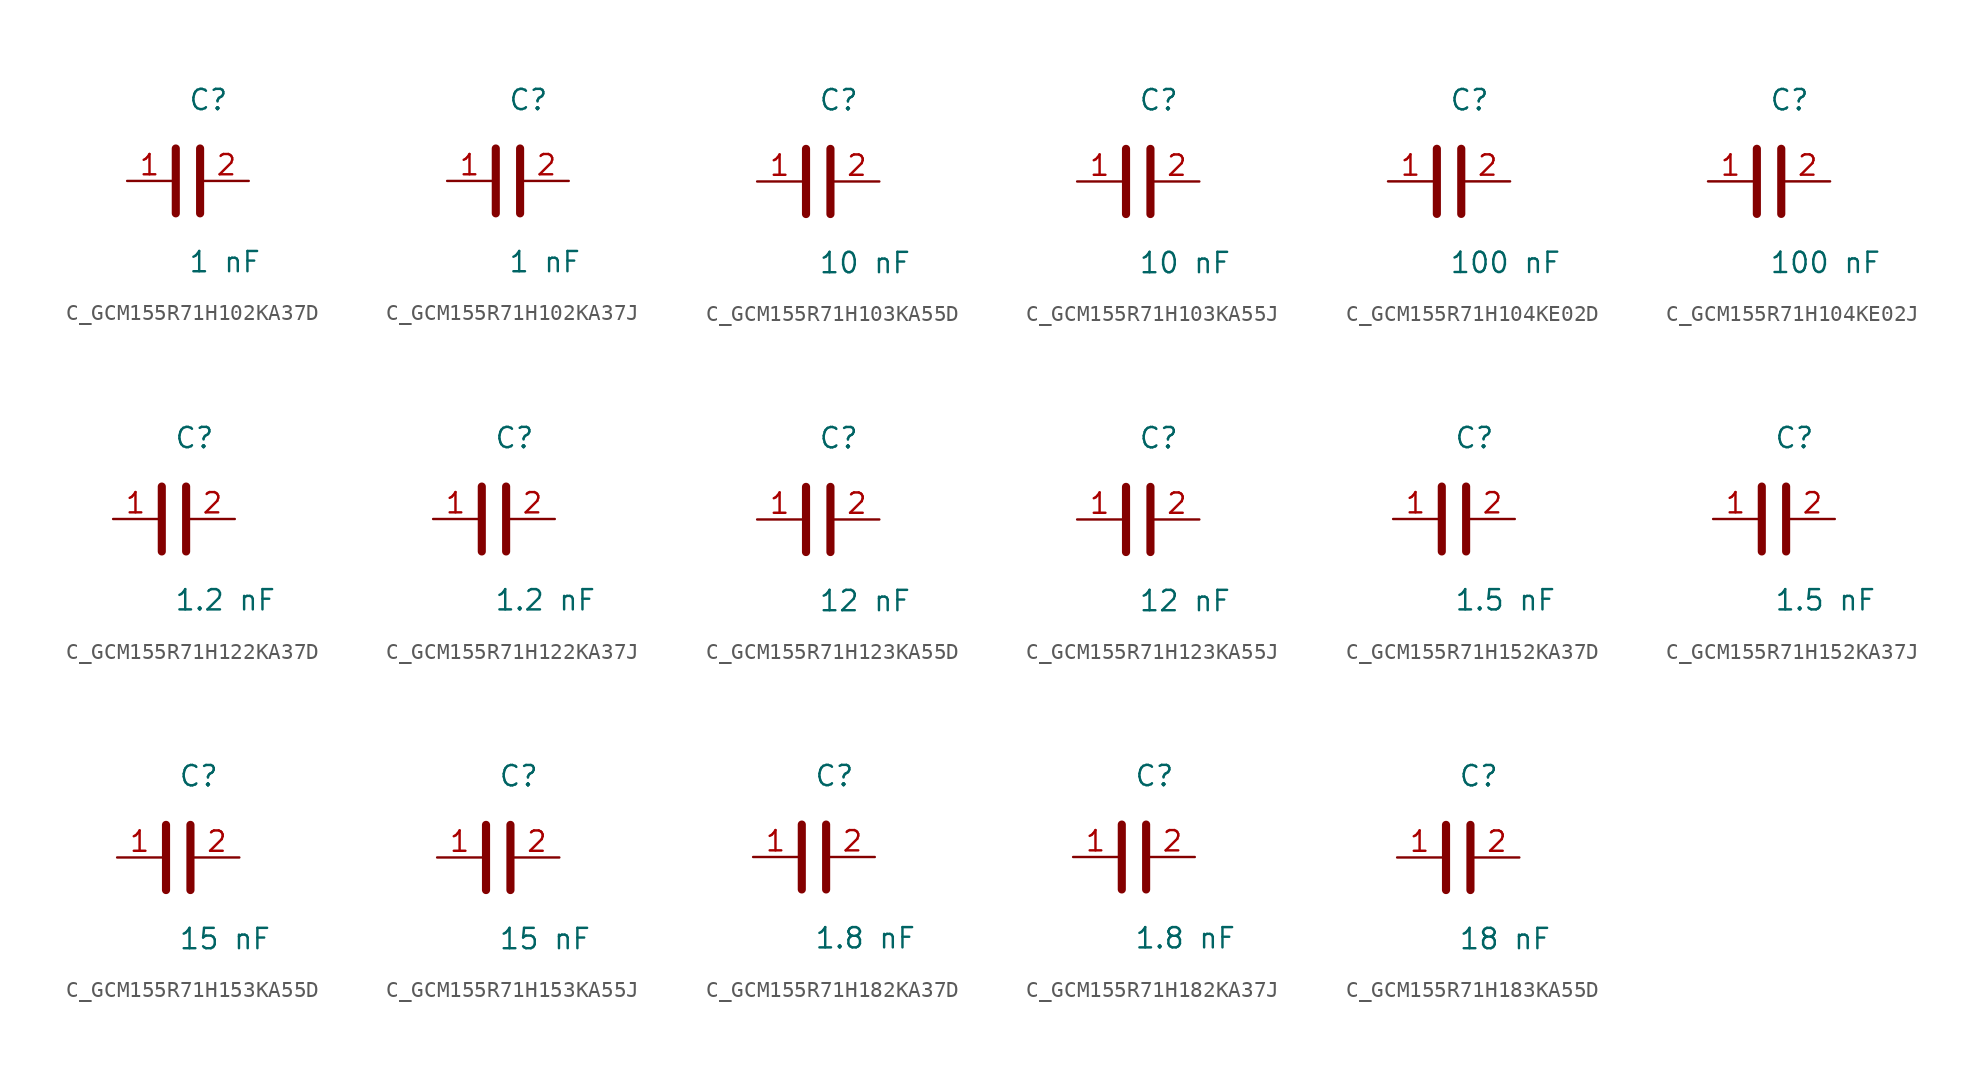
<source format=kicad_sym>
(kicad_symbol_lib
  (version 20231120)
  (generator kicad_symbol_editor)
  (generator_version 8.0)
  (symbol "C_GCM155R71H102KA37D"
    (pin_names
      (offset 0.254))
    (property "Reference" "C"
      (at 0 5.08 0)
      (effects (font (size 1.27 1.27)) (justify left)))
    (property "Value" "1 nF"
      (at 0 -5.08 0)
      (effects (font (size 1.27 1.27)) (justify left)))
    (symbol "C_GCM155R71H102KA37D_0_1"
      (polyline (pts (xy -0.762 -2.032) (xy -0.762 2.032)) (stroke (width 0.508) (type default)) (fill (type none)))
      (polyline (pts (xy 0.762 -2.032) (xy 0.762 2.032)) (stroke (width 0.508) (type default)) (fill (type none))))
    (pin passive line
      (at -3.81 0 0)
      (length 2.8)
      (name "" (effects (font (size 1.27 1.27))))
      (number "1" (effects (font (size 1.27 1.27)))))
    (pin passive line
      (at 3.81 0 180)
      (length 2.8)
      (name "" (effects (font (size 1.27 1.27))))
      (number "2" (effects (font (size 1.27 1.27))))))
  (symbol "C_GCM155R71H102KA37J"
    (pin_names
      (offset 0.254))
    (property "Reference" "C"
      (at 0 5.08 0)
      (effects (font (size 1.27 1.27)) (justify left)))
    (property "Value" "1 nF"
      (at 0 -5.08 0)
      (effects (font (size 1.27 1.27)) (justify left)))
    (symbol "C_GCM155R71H102KA37J_0_1"
      (polyline (pts (xy -0.762 -2.032) (xy -0.762 2.032)) (stroke (width 0.508) (type default)) (fill (type none)))
      (polyline (pts (xy 0.762 -2.032) (xy 0.762 2.032)) (stroke (width 0.508) (type default)) (fill (type none))))
    (pin passive line
      (at -3.81 0 0)
      (length 2.8)
      (name "" (effects (font (size 1.27 1.27))))
      (number "1" (effects (font (size 1.27 1.27)))))
    (pin passive line
      (at 3.81 0 180)
      (length 2.8)
      (name "" (effects (font (size 1.27 1.27))))
      (number "2" (effects (font (size 1.27 1.27))))))
  (symbol "C_GCM155R71H103KA55D"
    (pin_names
      (offset 0.254))
    (property "Reference" "C"
      (at 0 5.08 0)
      (effects (font (size 1.27 1.27)) (justify left)))
    (property "Value" "10 nF"
      (at 0 -5.08 0)
      (effects (font (size 1.27 1.27)) (justify left)))
    (symbol "C_GCM155R71H103KA55D_0_1"
      (polyline (pts (xy -0.762 -2.032) (xy -0.762 2.032)) (stroke (width 0.508) (type default)) (fill (type none)))
      (polyline (pts (xy 0.762 -2.032) (xy 0.762 2.032)) (stroke (width 0.508) (type default)) (fill (type none))))
    (pin passive line
      (at -3.81 0 0)
      (length 2.8)
      (name "" (effects (font (size 1.27 1.27))))
      (number "1" (effects (font (size 1.27 1.27)))))
    (pin passive line
      (at 3.81 0 180)
      (length 2.8)
      (name "" (effects (font (size 1.27 1.27))))
      (number "2" (effects (font (size 1.27 1.27))))))
  (symbol "C_GCM155R71H103KA55J"
    (pin_names
      (offset 0.254))
    (property "Reference" "C"
      (at 0 5.08 0)
      (effects (font (size 1.27 1.27)) (justify left)))
    (property "Value" "10 nF"
      (at 0 -5.08 0)
      (effects (font (size 1.27 1.27)) (justify left)))
    (symbol "C_GCM155R71H103KA55J_0_1"
      (polyline (pts (xy -0.762 -2.032) (xy -0.762 2.032)) (stroke (width 0.508) (type default)) (fill (type none)))
      (polyline (pts (xy 0.762 -2.032) (xy 0.762 2.032)) (stroke (width 0.508) (type default)) (fill (type none))))
    (pin passive line
      (at -3.81 0 0)
      (length 2.8)
      (name "" (effects (font (size 1.27 1.27))))
      (number "1" (effects (font (size 1.27 1.27)))))
    (pin passive line
      (at 3.81 0 180)
      (length 2.8)
      (name "" (effects (font (size 1.27 1.27))))
      (number "2" (effects (font (size 1.27 1.27))))))
  (symbol "C_GCM155R71H104KE02D"
    (pin_names
      (offset 0.254))
    (property "Reference" "C"
      (at 0 5.08 0)
      (effects (font (size 1.27 1.27)) (justify left)))
    (property "Value" "100 nF"
      (at 0 -5.08 0)
      (effects (font (size 1.27 1.27)) (justify left)))
    (symbol "C_GCM155R71H104KE02D_0_1"
      (polyline (pts (xy -0.762 -2.032) (xy -0.762 2.032)) (stroke (width 0.508) (type default)) (fill (type none)))
      (polyline (pts (xy 0.762 -2.032) (xy 0.762 2.032)) (stroke (width 0.508) (type default)) (fill (type none))))
    (pin passive line
      (at -3.81 0 0)
      (length 2.8)
      (name "" (effects (font (size 1.27 1.27))))
      (number "1" (effects (font (size 1.27 1.27)))))
    (pin passive line
      (at 3.81 0 180)
      (length 2.8)
      (name "" (effects (font (size 1.27 1.27))))
      (number "2" (effects (font (size 1.27 1.27))))))
  (symbol "C_GCM155R71H104KE02J"
    (pin_names
      (offset 0.254))
    (property "Reference" "C"
      (at 0 5.08 0)
      (effects (font (size 1.27 1.27)) (justify left)))
    (property "Value" "100 nF"
      (at 0 -5.08 0)
      (effects (font (size 1.27 1.27)) (justify left)))
    (symbol "C_GCM155R71H104KE02J_0_1"
      (polyline (pts (xy -0.762 -2.032) (xy -0.762 2.032)) (stroke (width 0.508) (type default)) (fill (type none)))
      (polyline (pts (xy 0.762 -2.032) (xy 0.762 2.032)) (stroke (width 0.508) (type default)) (fill (type none))))
    (pin passive line
      (at -3.81 0 0)
      (length 2.8)
      (name "" (effects (font (size 1.27 1.27))))
      (number "1" (effects (font (size 1.27 1.27)))))
    (pin passive line
      (at 3.81 0 180)
      (length 2.8)
      (name "" (effects (font (size 1.27 1.27))))
      (number "2" (effects (font (size 1.27 1.27))))))
  (symbol "C_GCM155R71H122KA37D"
    (pin_names
      (offset 0.254))
    (property "Reference" "C"
      (at 0 5.08 0)
      (effects (font (size 1.27 1.27)) (justify left)))
    (property "Value" "1.2 nF"
      (at 0 -5.08 0)
      (effects (font (size 1.27 1.27)) (justify left)))
    (symbol "C_GCM155R71H122KA37D_0_1"
      (polyline (pts (xy -0.762 -2.032) (xy -0.762 2.032)) (stroke (width 0.508) (type default)) (fill (type none)))
      (polyline (pts (xy 0.762 -2.032) (xy 0.762 2.032)) (stroke (width 0.508) (type default)) (fill (type none))))
    (pin passive line
      (at -3.81 0 0)
      (length 2.8)
      (name "" (effects (font (size 1.27 1.27))))
      (number "1" (effects (font (size 1.27 1.27)))))
    (pin passive line
      (at 3.81 0 180)
      (length 2.8)
      (name "" (effects (font (size 1.27 1.27))))
      (number "2" (effects (font (size 1.27 1.27))))))
  (symbol "C_GCM155R71H122KA37J"
    (pin_names
      (offset 0.254))
    (property "Reference" "C"
      (at 0 5.08 0)
      (effects (font (size 1.27 1.27)) (justify left)))
    (property "Value" "1.2 nF"
      (at 0 -5.08 0)
      (effects (font (size 1.27 1.27)) (justify left)))
    (symbol "C_GCM155R71H122KA37J_0_1"
      (polyline (pts (xy -0.762 -2.032) (xy -0.762 2.032)) (stroke (width 0.508) (type default)) (fill (type none)))
      (polyline (pts (xy 0.762 -2.032) (xy 0.762 2.032)) (stroke (width 0.508) (type default)) (fill (type none))))
    (pin passive line
      (at -3.81 0 0)
      (length 2.8)
      (name "" (effects (font (size 1.27 1.27))))
      (number "1" (effects (font (size 1.27 1.27)))))
    (pin passive line
      (at 3.81 0 180)
      (length 2.8)
      (name "" (effects (font (size 1.27 1.27))))
      (number "2" (effects (font (size 1.27 1.27))))))
  (symbol "C_GCM155R71H123KA55D"
    (pin_names
      (offset 0.254))
    (property "Reference" "C"
      (at 0 5.08 0)
      (effects (font (size 1.27 1.27)) (justify left)))
    (property "Value" "12 nF"
      (at 0 -5.08 0)
      (effects (font (size 1.27 1.27)) (justify left)))
    (symbol "C_GCM155R71H123KA55D_0_1"
      (polyline (pts (xy -0.762 -2.032) (xy -0.762 2.032)) (stroke (width 0.508) (type default)) (fill (type none)))
      (polyline (pts (xy 0.762 -2.032) (xy 0.762 2.032)) (stroke (width 0.508) (type default)) (fill (type none))))
    (pin passive line
      (at -3.81 0 0)
      (length 2.8)
      (name "" (effects (font (size 1.27 1.27))))
      (number "1" (effects (font (size 1.27 1.27)))))
    (pin passive line
      (at 3.81 0 180)
      (length 2.8)
      (name "" (effects (font (size 1.27 1.27))))
      (number "2" (effects (font (size 1.27 1.27))))))
  (symbol "C_GCM155R71H123KA55J"
    (pin_names
      (offset 0.254))
    (property "Reference" "C"
      (at 0 5.08 0)
      (effects (font (size 1.27 1.27)) (justify left)))
    (property "Value" "12 nF"
      (at 0 -5.08 0)
      (effects (font (size 1.27 1.27)) (justify left)))
    (symbol "C_GCM155R71H123KA55J_0_1"
      (polyline (pts (xy -0.762 -2.032) (xy -0.762 2.032)) (stroke (width 0.508) (type default)) (fill (type none)))
      (polyline (pts (xy 0.762 -2.032) (xy 0.762 2.032)) (stroke (width 0.508) (type default)) (fill (type none))))
    (pin passive line
      (at -3.81 0 0)
      (length 2.8)
      (name "" (effects (font (size 1.27 1.27))))
      (number "1" (effects (font (size 1.27 1.27)))))
    (pin passive line
      (at 3.81 0 180)
      (length 2.8)
      (name "" (effects (font (size 1.27 1.27))))
      (number "2" (effects (font (size 1.27 1.27))))))
  (symbol "C_GCM155R71H152KA37D"
    (pin_names
      (offset 0.254))
    (property "Reference" "C"
      (at 0 5.08 0)
      (effects (font (size 1.27 1.27)) (justify left)))
    (property "Value" "1.5 nF"
      (at 0 -5.08 0)
      (effects (font (size 1.27 1.27)) (justify left)))
    (symbol "C_GCM155R71H152KA37D_0_1"
      (polyline (pts (xy -0.762 -2.032) (xy -0.762 2.032)) (stroke (width 0.508) (type default)) (fill (type none)))
      (polyline (pts (xy 0.762 -2.032) (xy 0.762 2.032)) (stroke (width 0.508) (type default)) (fill (type none))))
    (pin passive line
      (at -3.81 0 0)
      (length 2.8)
      (name "" (effects (font (size 1.27 1.27))))
      (number "1" (effects (font (size 1.27 1.27)))))
    (pin passive line
      (at 3.81 0 180)
      (length 2.8)
      (name "" (effects (font (size 1.27 1.27))))
      (number "2" (effects (font (size 1.27 1.27))))))
  (symbol "C_GCM155R71H152KA37J"
    (pin_names
      (offset 0.254))
    (property "Reference" "C"
      (at 0 5.08 0)
      (effects (font (size 1.27 1.27)) (justify left)))
    (property "Value" "1.5 nF"
      (at 0 -5.08 0)
      (effects (font (size 1.27 1.27)) (justify left)))
    (symbol "C_GCM155R71H152KA37J_0_1"
      (polyline (pts (xy -0.762 -2.032) (xy -0.762 2.032)) (stroke (width 0.508) (type default)) (fill (type none)))
      (polyline (pts (xy 0.762 -2.032) (xy 0.762 2.032)) (stroke (width 0.508) (type default)) (fill (type none))))
    (pin passive line
      (at -3.81 0 0)
      (length 2.8)
      (name "" (effects (font (size 1.27 1.27))))
      (number "1" (effects (font (size 1.27 1.27)))))
    (pin passive line
      (at 3.81 0 180)
      (length 2.8)
      (name "" (effects (font (size 1.27 1.27))))
      (number "2" (effects (font (size 1.27 1.27))))))
  (symbol "C_GCM155R71H153KA55D"
    (pin_names
      (offset 0.254))
    (property "Reference" "C"
      (at 0 5.08 0)
      (effects (font (size 1.27 1.27)) (justify left)))
    (property "Value" "15 nF"
      (at 0 -5.08 0)
      (effects (font (size 1.27 1.27)) (justify left)))
    (symbol "C_GCM155R71H153KA55D_0_1"
      (polyline (pts (xy -0.762 -2.032) (xy -0.762 2.032)) (stroke (width 0.508) (type default)) (fill (type none)))
      (polyline (pts (xy 0.762 -2.032) (xy 0.762 2.032)) (stroke (width 0.508) (type default)) (fill (type none))))
    (pin passive line
      (at -3.81 0 0)
      (length 2.8)
      (name "" (effects (font (size 1.27 1.27))))
      (number "1" (effects (font (size 1.27 1.27)))))
    (pin passive line
      (at 3.81 0 180)
      (length 2.8)
      (name "" (effects (font (size 1.27 1.27))))
      (number "2" (effects (font (size 1.27 1.27))))))
  (symbol "C_GCM155R71H153KA55J"
    (pin_names
      (offset 0.254))
    (property "Reference" "C"
      (at 0 5.08 0)
      (effects (font (size 1.27 1.27)) (justify left)))
    (property "Value" "15 nF"
      (at 0 -5.08 0)
      (effects (font (size 1.27 1.27)) (justify left)))
    (symbol "C_GCM155R71H153KA55J_0_1"
      (polyline (pts (xy -0.762 -2.032) (xy -0.762 2.032)) (stroke (width 0.508) (type default)) (fill (type none)))
      (polyline (pts (xy 0.762 -2.032) (xy 0.762 2.032)) (stroke (width 0.508) (type default)) (fill (type none))))
    (pin passive line
      (at -3.81 0 0)
      (length 2.8)
      (name "" (effects (font (size 1.27 1.27))))
      (number "1" (effects (font (size 1.27 1.27)))))
    (pin passive line
      (at 3.81 0 180)
      (length 2.8)
      (name "" (effects (font (size 1.27 1.27))))
      (number "2" (effects (font (size 1.27 1.27))))))
  (symbol "C_GCM155R71H182KA37D"
    (pin_names
      (offset 0.254))
    (property "Reference" "C"
      (at 0 5.08 0)
      (effects (font (size 1.27 1.27)) (justify left)))
    (property "Value" "1.8 nF"
      (at 0 -5.08 0)
      (effects (font (size 1.27 1.27)) (justify left)))
    (symbol "C_GCM155R71H182KA37D_0_1"
      (polyline (pts (xy -0.762 -2.032) (xy -0.762 2.032)) (stroke (width 0.508) (type default)) (fill (type none)))
      (polyline (pts (xy 0.762 -2.032) (xy 0.762 2.032)) (stroke (width 0.508) (type default)) (fill (type none))))
    (pin passive line
      (at -3.81 0 0)
      (length 2.8)
      (name "" (effects (font (size 1.27 1.27))))
      (number "1" (effects (font (size 1.27 1.27)))))
    (pin passive line
      (at 3.81 0 180)
      (length 2.8)
      (name "" (effects (font (size 1.27 1.27))))
      (number "2" (effects (font (size 1.27 1.27))))))
  (symbol "C_GCM155R71H182KA37J"
    (pin_names
      (offset 0.254))
    (property "Reference" "C"
      (at 0 5.08 0)
      (effects (font (size 1.27 1.27)) (justify left)))
    (property "Value" "1.8 nF"
      (at 0 -5.08 0)
      (effects (font (size 1.27 1.27)) (justify left)))
    (symbol "C_GCM155R71H182KA37J_0_1"
      (polyline (pts (xy -0.762 -2.032) (xy -0.762 2.032)) (stroke (width 0.508) (type default)) (fill (type none)))
      (polyline (pts (xy 0.762 -2.032) (xy 0.762 2.032)) (stroke (width 0.508) (type default)) (fill (type none))))
    (pin passive line
      (at -3.81 0 0)
      (length 2.8)
      (name "" (effects (font (size 1.27 1.27))))
      (number "1" (effects (font (size 1.27 1.27)))))
    (pin passive line
      (at 3.81 0 180)
      (length 2.8)
      (name "" (effects (font (size 1.27 1.27))))
      (number "2" (effects (font (size 1.27 1.27))))))
  (symbol "C_GCM155R71H183KA55D"
    (pin_names
      (offset 0.254))
    (property "Reference" "C"
      (at 0 5.08 0)
      (effects (font (size 1.27 1.27)) (justify left)))
    (property "Value" "18 nF"
      (at 0 -5.08 0)
      (effects (font (size 1.27 1.27)) (justify left)))
    (symbol "C_GCM155R71H183KA55D_0_1"
      (polyline (pts (xy -0.762 -2.032) (xy -0.762 2.032)) (stroke (width 0.508) (type default)) (fill (type none)))
      (polyline (pts (xy 0.762 -2.032) (xy 0.762 2.032)) (stroke (width 0.508) (type default)) (fill (type none))))
    (pin passive line
      (at -3.81 0 0)
      (length 2.8)
      (name "" (effects (font (size 1.27 1.27))))
      (number "1" (effects (font (size 1.27 1.27)))))
    (pin passive line
      (at 3.81 0 180)
      (length 2.8)
      (name "" (effects (font (size 1.27 1.27))))
      (number "2" (effects (font (size 1.27 1.27)))))))
</source>
